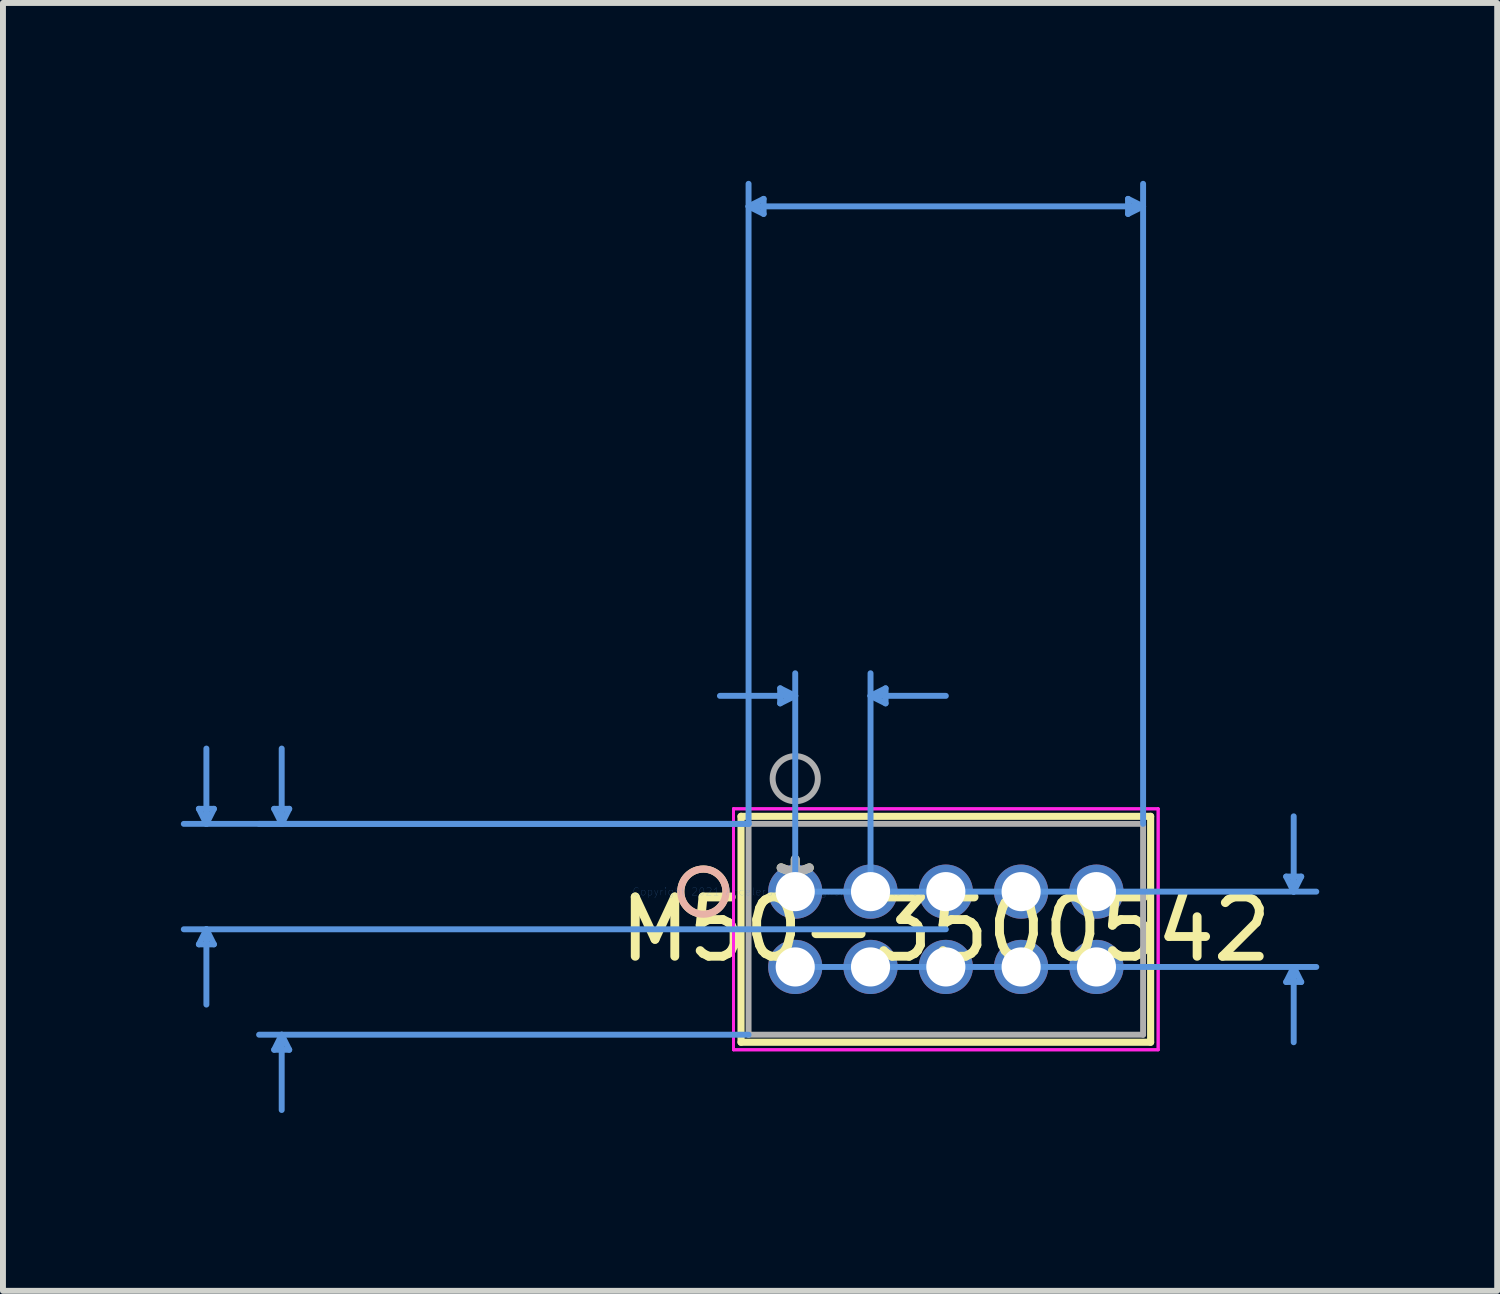
<source format=kicad_pcb>
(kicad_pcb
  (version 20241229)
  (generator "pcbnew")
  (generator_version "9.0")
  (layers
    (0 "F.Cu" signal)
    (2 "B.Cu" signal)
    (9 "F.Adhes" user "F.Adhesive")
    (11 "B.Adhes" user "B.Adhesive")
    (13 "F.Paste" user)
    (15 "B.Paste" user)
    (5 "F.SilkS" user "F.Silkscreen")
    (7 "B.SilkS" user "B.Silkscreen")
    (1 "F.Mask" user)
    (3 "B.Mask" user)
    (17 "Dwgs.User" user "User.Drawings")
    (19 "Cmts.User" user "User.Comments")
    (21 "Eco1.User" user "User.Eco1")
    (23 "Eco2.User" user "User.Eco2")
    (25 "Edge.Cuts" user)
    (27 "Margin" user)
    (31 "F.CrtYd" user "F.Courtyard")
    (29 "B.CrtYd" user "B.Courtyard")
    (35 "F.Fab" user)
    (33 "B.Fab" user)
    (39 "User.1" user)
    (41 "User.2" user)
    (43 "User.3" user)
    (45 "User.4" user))
  (footprint "M50-3500542"
    (layer "F.Cu")
    (at 10.362 11.988)
    (property "Reference" "M50-3500542" (at 2.54 0.635 0) (layer "F.SilkS") (effects (font (size 1 1) (thickness 0.15))))
    (attr through_hole)
    (fp_line (start -0.914 -1.27) (end -0.914 2.54) (stroke (width 0.12) (type solid)) (layer "F.SilkS"))
    (fp_line (start -0.914 2.54) (end 5.994 2.54) (stroke (width 0.12) (type solid)) (layer "F.SilkS"))
    (fp_line (start 5.994 -1.27) (end -0.914 -1.27) (stroke (width 0.12) (type solid)) (layer "F.SilkS"))
    (fp_line (start 5.994 2.54) (end 5.994 -1.27) (stroke (width 0.12) (type solid)) (layer "F.SilkS"))
    (fp_circle (center -1.549 0) (end -1.168 0) (stroke (width 0.12) (type solid)) (fill no) (layer "F.SilkS"))
    (fp_circle (center -1.549 0) (end -1.168 0) (stroke (width 0.12) (type solid)) (fill no) (layer "B.SilkS"))
    (fp_line (start -10.058 -1.397) (end -9.804 -1.397) (stroke (width 0.1) (type solid)) (layer "Cmts.User"))
    (fp_line (start -10.058 0.889) (end -9.804 0.889) (stroke (width 0.1) (type solid)) (layer "Cmts.User"))
    (fp_line (start -9.931 -1.143) (end -10.058 -1.397) (stroke (width 0.1) (type solid)) (layer "Cmts.User"))
    (fp_line (start -9.931 -1.143) (end -9.931 -2.413) (stroke (width 0.1) (type solid)) (layer "Cmts.User"))
    (fp_line (start -9.931 -1.143) (end -9.804 -1.397) (stroke (width 0.1) (type solid)) (layer "Cmts.User"))
    (fp_line (start -9.931 0.635) (end -10.058 0.889) (stroke (width 0.1) (type solid)) (layer "Cmts.User"))
    (fp_line (start -9.931 0.635) (end -9.931 1.905) (stroke (width 0.1) (type solid)) (layer "Cmts.User"))
    (fp_line (start -9.931 0.635) (end -9.804 0.889) (stroke (width 0.1) (type solid)) (layer "Cmts.User"))
    (fp_line (start -8.788 -1.397) (end -8.534 -1.397) (stroke (width 0.1) (type solid)) (layer "Cmts.User"))
    (fp_line (start -8.788 2.667) (end -8.534 2.667) (stroke (width 0.1) (type solid)) (layer "Cmts.User"))
    (fp_line (start -8.661 -1.143) (end -8.788 -1.397) (stroke (width 0.1) (type solid)) (layer "Cmts.User"))
    (fp_line (start -8.661 -1.143) (end -8.661 -2.413) (stroke (width 0.1) (type solid)) (layer "Cmts.User"))
    (fp_line (start -8.661 -1.143) (end -8.534 -1.397) (stroke (width 0.1) (type solid)) (layer "Cmts.User"))
    (fp_line (start -8.661 2.413) (end -8.788 2.667) (stroke (width 0.1) (type solid)) (layer "Cmts.User"))
    (fp_line (start -8.661 2.413) (end -8.661 3.683) (stroke (width 0.1) (type solid)) (layer "Cmts.User"))
    (fp_line (start -8.661 2.413) (end -8.534 2.667) (stroke (width 0.1) (type solid)) (layer "Cmts.User"))
    (fp_line (start -0.787 -11.557) (end -0.533 -11.684) (stroke (width 0.1) (type solid)) (layer "Cmts.User"))
    (fp_line (start -0.787 -11.557) (end -0.533 -11.43) (stroke (width 0.1) (type solid)) (layer "Cmts.User"))
    (fp_line (start -0.787 -11.557) (end 5.867 -11.557) (stroke (width 0.1) (type solid)) (layer "Cmts.User"))
    (fp_line (start -0.787 -1.143) (end -10.312 -1.143) (stroke (width 0.1) (type solid)) (layer "Cmts.User"))
    (fp_line (start -0.787 -1.143) (end -9.042 -1.143) (stroke (width 0.1) (type solid)) (layer "Cmts.User"))
    (fp_line (start -0.787 -1.143) (end -0.787 -11.938) (stroke (width 0.1) (type solid)) (layer "Cmts.User"))
    (fp_line (start -0.787 2.413) (end -9.042 2.413) (stroke (width 0.1) (type solid)) (layer "Cmts.User"))
    (fp_line (start -0.533 -11.684) (end -0.533 -11.43) (stroke (width 0.1) (type solid)) (layer "Cmts.User"))
    (fp_line (start -0.254 -3.429) (end -0.254 -3.175) (stroke (width 0.1) (type solid)) (layer "Cmts.User"))
    (fp_line (start 0 -3.302) (end -1.27 -3.302) (stroke (width 0.1) (type solid)) (layer "Cmts.User"))
    (fp_line (start 0 -3.302) (end -0.254 -3.429) (stroke (width 0.1) (type solid)) (layer "Cmts.User"))
    (fp_line (start 0 -3.302) (end -0.254 -3.175) (stroke (width 0.1) (type solid)) (layer "Cmts.User"))
    (fp_line (start 0 0) (end 0 -3.683) (stroke (width 0.1) (type solid)) (layer "Cmts.User"))
    (fp_line (start 0 0) (end 8.788 0) (stroke (width 0.1) (type solid)) (layer "Cmts.User"))
    (fp_line (start 0 1.27) (end 8.788 1.27) (stroke (width 0.1) (type solid)) (layer "Cmts.User"))
    (fp_line (start 1.27 -3.302) (end 1.524 -3.429) (stroke (width 0.1) (type solid)) (layer "Cmts.User"))
    (fp_line (start 1.27 -3.302) (end 1.524 -3.175) (stroke (width 0.1) (type solid)) (layer "Cmts.User"))
    (fp_line (start 1.27 -3.302) (end 2.54 -3.302) (stroke (width 0.1) (type solid)) (layer "Cmts.User"))
    (fp_line (start 1.27 0) (end 1.27 -3.683) (stroke (width 0.1) (type solid)) (layer "Cmts.User"))
    (fp_line (start 1.524 -3.429) (end 1.524 -3.175) (stroke (width 0.1) (type solid)) (layer "Cmts.User"))
    (fp_line (start 2.54 0.635) (end -10.312 0.635) (stroke (width 0.1) (type solid)) (layer "Cmts.User"))
    (fp_line (start 5.613 -11.684) (end 5.613 -11.43) (stroke (width 0.1) (type solid)) (layer "Cmts.User"))
    (fp_line (start 5.867 -11.557) (end 5.613 -11.684) (stroke (width 0.1) (type solid)) (layer "Cmts.User"))
    (fp_line (start 5.867 -11.557) (end 5.613 -11.43) (stroke (width 0.1) (type solid)) (layer "Cmts.User"))
    (fp_line (start 5.867 -1.143) (end 5.867 -11.938) (stroke (width 0.1) (type solid)) (layer "Cmts.User"))
    (fp_line (start 8.28 -0.254) (end 8.534 -0.254) (stroke (width 0.1) (type solid)) (layer "Cmts.User"))
    (fp_line (start 8.28 1.524) (end 8.534 1.524) (stroke (width 0.1) (type solid)) (layer "Cmts.User"))
    (fp_line (start 8.407 0) (end 8.28 -0.254) (stroke (width 0.1) (type solid)) (layer "Cmts.User"))
    (fp_line (start 8.407 0) (end 8.407 -1.27) (stroke (width 0.1) (type solid)) (layer "Cmts.User"))
    (fp_line (start 8.407 0) (end 8.534 -0.254) (stroke (width 0.1) (type solid)) (layer "Cmts.User"))
    (fp_line (start 8.407 1.27) (end 8.28 1.524) (stroke (width 0.1) (type solid)) (layer "Cmts.User"))
    (fp_line (start 8.407 1.27) (end 8.407 2.54) (stroke (width 0.1) (type solid)) (layer "Cmts.User"))
    (fp_line (start 8.407 1.27) (end 8.534 1.524) (stroke (width 0.1) (type solid)) (layer "Cmts.User"))
    (fp_line (start -1.041 -1.397) (end -1.041 2.667) (stroke (width 0.05) (type solid)) (layer "F.CrtYd"))
    (fp_line (start -1.041 -1.397) (end -1.041 2.667) (stroke (width 0.05) (type solid)) (layer "F.CrtYd"))
    (fp_line (start -1.041 2.667) (end 6.121 2.667) (stroke (width 0.05) (type solid)) (layer "F.CrtYd"))
    (fp_line (start -1.041 2.667) (end 6.121 2.667) (stroke (width 0.05) (type solid)) (layer "F.CrtYd"))
    (fp_line (start 6.121 -1.397) (end -1.041 -1.397) (stroke (width 0.05) (type solid)) (layer "F.CrtYd"))
    (fp_line (start 6.121 -1.397) (end -1.041 -1.397) (stroke (width 0.05) (type solid)) (layer "F.CrtYd"))
    (fp_line (start 6.121 2.667) (end 6.121 -1.397) (stroke (width 0.05) (type solid)) (layer "F.CrtYd"))
    (fp_line (start 6.121 2.667) (end 6.121 -1.397) (stroke (width 0.05) (type solid)) (layer "F.CrtYd"))
    (fp_line (start -0.787 -1.143) (end -0.787 2.413) (stroke (width 0.1) (type solid)) (layer "F.Fab"))
    (fp_line (start -0.787 2.413) (end 5.867 2.413) (stroke (width 0.1) (type solid)) (layer "F.Fab"))
    (fp_line (start 5.867 -1.143) (end -0.787 -1.143) (stroke (width 0.1) (type solid)) (layer "F.Fab"))
    (fp_line (start 5.867 2.413) (end 5.867 -1.143) (stroke (width 0.1) (type solid)) (layer "F.Fab"))
    (fp_circle (center 0 -1.905) (end 0.381 -1.905) (stroke (width 0.1) (type solid)) (fill no) (layer "F.Fab"))
    (fp_text user "*" (at 0 0 0) (layer "F.SilkS") (effects (font (size 1 1) (thickness 0.15))))
    (fp_text user "Copyright 2021 Accelerated Designs. All rights reserved." (at 0 0 0) (layer "Cmts.User") (effects (font (size 0.127 0.127) (thickness 0.002))))
    (fp_text user "*" (at 0 0 0) (layer "F.Fab") (effects (font (size 1 1) (thickness 0.15))))
    (pad "1" thru_hole circle (at 0 0) (size 0.914 0.914) (drill 0.66) (layers "*.Cu" "*.Mask"))
    (pad "2" thru_hole circle (at 0 1.27) (size 0.914 0.914) (drill 0.66) (layers "*.Cu" "*.Mask"))
    (pad "3" thru_hole circle (at 1.27 0) (size 0.914 0.914) (drill 0.66) (layers "*.Cu" "*.Mask"))
    (pad "4" thru_hole circle (at 1.27 1.27) (size 0.914 0.914) (drill 0.66) (layers "*.Cu" "*.Mask"))
    (pad "5" thru_hole circle (at 2.54 0) (size 0.914 0.914) (drill 0.66) (layers "*.Cu" "*.Mask"))
    (pad "6" thru_hole circle (at 2.54 1.27) (size 0.914 0.914) (drill 0.66) (layers "*.Cu" "*.Mask"))
    (pad "7" thru_hole circle (at 3.81 0) (size 0.914 0.914) (drill 0.66) (layers "*.Cu" "*.Mask"))
    (pad "8" thru_hole circle (at 3.81 1.27) (size 0.914 0.914) (drill 0.66) (layers "*.Cu" "*.Mask"))
    (pad "9" thru_hole circle (at 5.08 0) (size 0.914 0.914) (drill 0.66) (layers "*.Cu" "*.Mask"))
    (pad "10" thru_hole circle (at 5.08 1.27) (size 0.914 0.914) (drill 0.66) (layers "*.Cu" "*.Mask")))
  (gr_rect
    (start -3 -3)
    (end 22.201 18.721)
    (stroke (width 0.1) (type default))
    (fill no)
    (layer "Edge.Cuts")))
</source>
